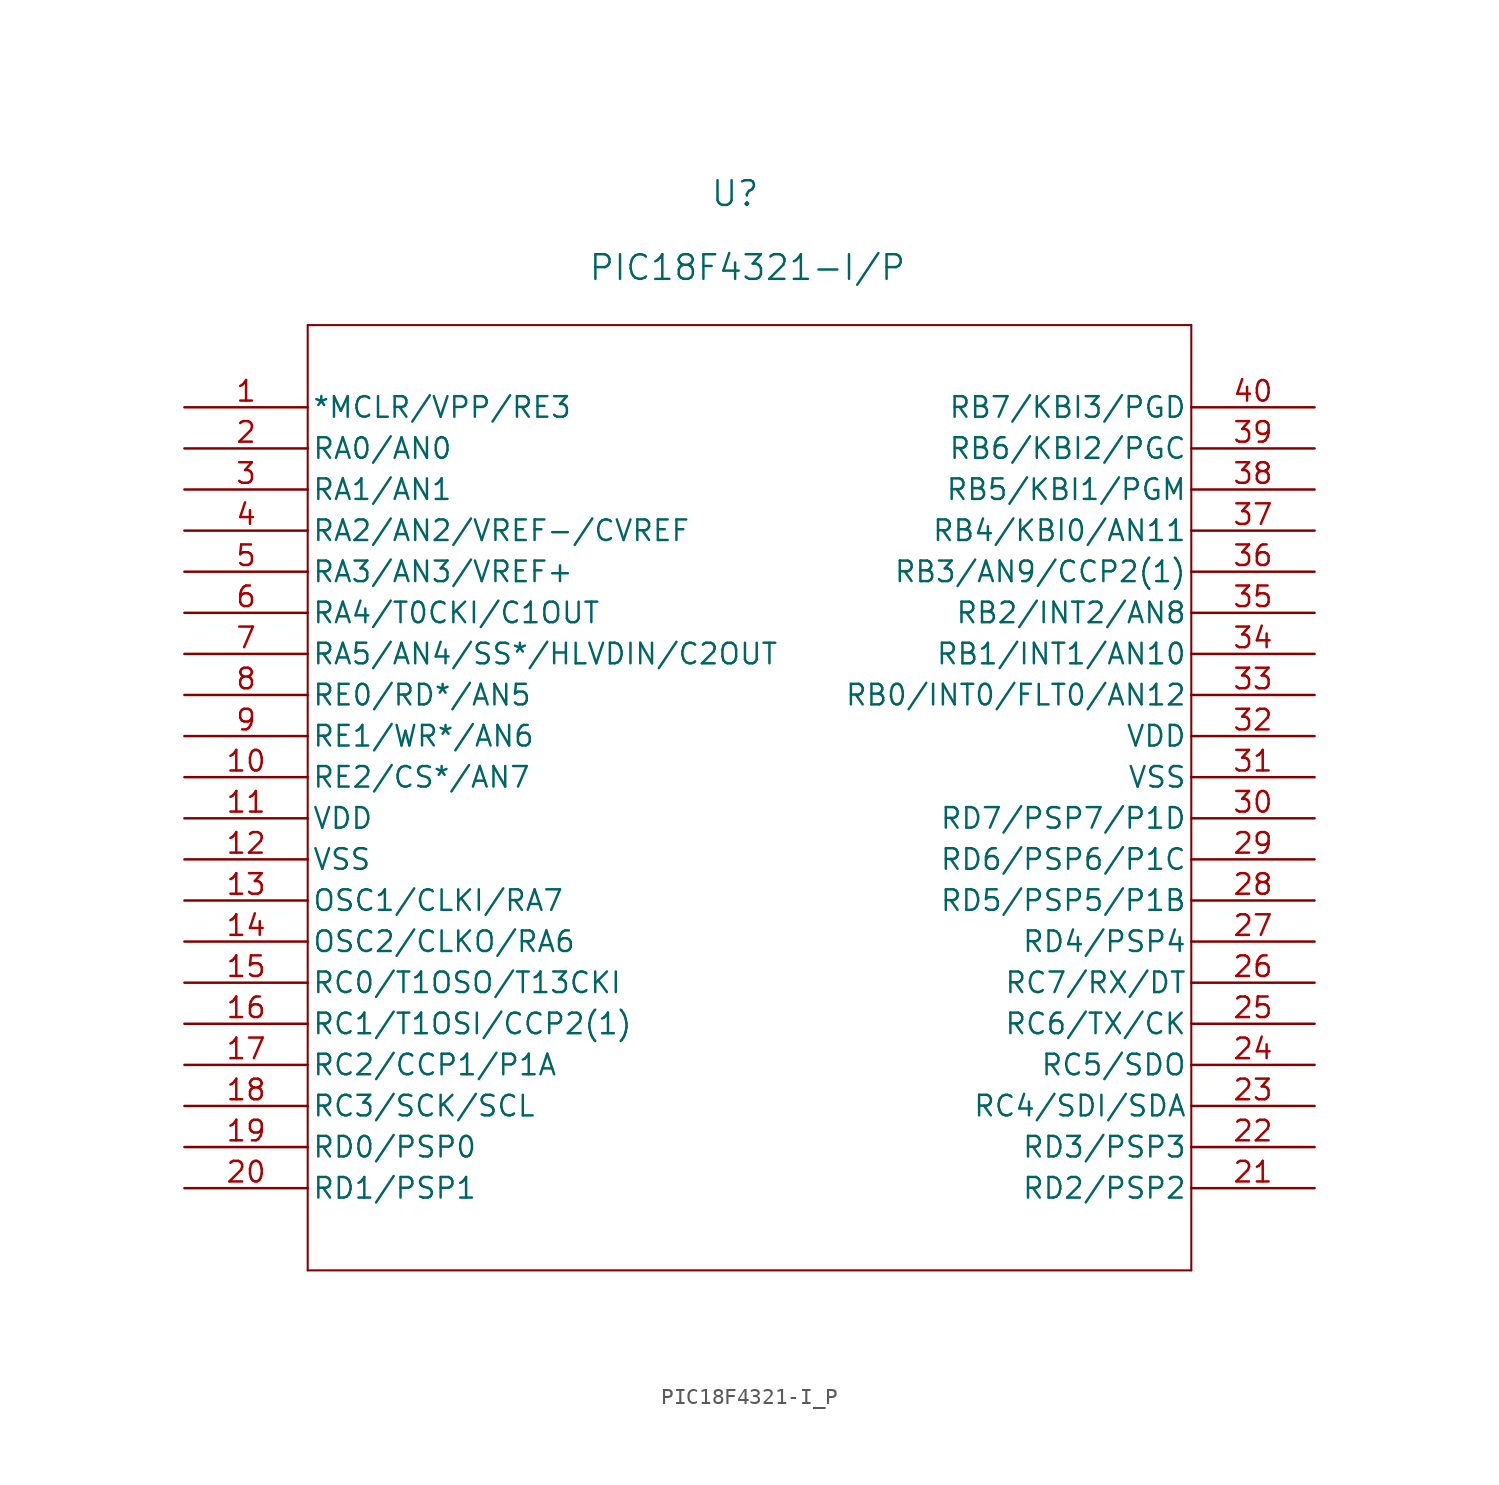
<source format=kicad_sym>
(kicad_symbol_lib
  (version 20231120)
  (generator "kicad_symbol_editor")
  (generator_version "8.0")
  (symbol "PIC18F4321-I_P"
    (pin_names
      (offset 0.254))
    (property "Reference" "U"
      (at 34.036 13.208 0)
      (effects (font (size 1.524 1.524))))
    (property "Value" "PIC18F4321-I/P"
      (at 34.798 8.636 0)
      (effects (font (size 1.524 1.524))))
    (property "ki_locked" ""
      (at 0 0 0)
      (effects (font (size 1.27 1.27))))
    (symbol "PIC18F4321-I_P_0_1"
      (polyline (pts (xy 7.62 -53.34) (xy 62.23 -53.34)) (stroke (width 0.127) (type default)) (fill (type none)))
      (polyline (pts (xy 7.62 5.08) (xy 7.62 -53.34)) (stroke (width 0.127) (type default)) (fill (type none)))
      (polyline (pts (xy 62.23 -53.34) (xy 62.23 5.08)) (stroke (width 0.127) (type default)) (fill (type none)))
      (polyline (pts (xy 62.23 5.08) (xy 7.62 5.08)) (stroke (width 0.127) (type default)) (fill (type none)))
      (pin unspecified line (at 0 0 0) (length 7.62) (name "*MCLR/VPP/RE3" (effects (font (size 1.27 1.27)))) (number "1" (effects (font (size 1.27 1.27)))))
      (pin unspecified line (at 0 -22.86 0) (length 7.62) (name "RE2/CS*/AN7" (effects (font (size 1.27 1.27)))) (number "10" (effects (font (size 1.27 1.27)))))
      (pin unspecified line (at 0 -25.4 0) (length 7.62) (name "VDD" (effects (font (size 1.27 1.27)))) (number "11" (effects (font (size 1.27 1.27)))))
      (pin unspecified line (at 0 -27.94 0) (length 7.62) (name "VSS" (effects (font (size 1.27 1.27)))) (number "12" (effects (font (size 1.27 1.27)))))
      (pin unspecified line (at 0 -30.48 0) (length 7.62) (name "OSC1/CLKI/RA7" (effects (font (size 1.27 1.27)))) (number "13" (effects (font (size 1.27 1.27)))))
      (pin unspecified line (at 0 -33.02 0) (length 7.62) (name "OSC2/CLKO/RA6" (effects (font (size 1.27 1.27)))) (number "14" (effects (font (size 1.27 1.27)))))
      (pin unspecified line (at 0 -35.56 0) (length 7.62) (name "RC0/T1OSO/T13CKI" (effects (font (size 1.27 1.27)))) (number "15" (effects (font (size 1.27 1.27)))))
      (pin unspecified line (at 0 -38.1 0) (length 7.62) (name "RC1/T1OSI/CCP2(1)" (effects (font (size 1.27 1.27)))) (number "16" (effects (font (size 1.27 1.27)))))
      (pin unspecified line (at 0 -40.64 0) (length 7.62) (name "RC2/CCP1/P1A" (effects (font (size 1.27 1.27)))) (number "17" (effects (font (size 1.27 1.27)))))
      (pin unspecified line (at 0 -43.18 0) (length 7.62) (name "RC3/SCK/SCL" (effects (font (size 1.27 1.27)))) (number "18" (effects (font (size 1.27 1.27)))))
      (pin unspecified line (at 0 -45.72 0) (length 7.62) (name "RD0/PSP0" (effects (font (size 1.27 1.27)))) (number "19" (effects (font (size 1.27 1.27)))))
      (pin unspecified line (at 0 -2.54 0) (length 7.62) (name "RA0/AN0" (effects (font (size 1.27 1.27)))) (number "2" (effects (font (size 1.27 1.27)))))
      (pin unspecified line (at 0 -48.26 0) (length 7.62) (name "RD1/PSP1" (effects (font (size 1.27 1.27)))) (number "20" (effects (font (size 1.27 1.27)))))
      (pin unspecified line (at 69.85 -48.26 180) (length 7.62) (name "RD2/PSP2" (effects (font (size 1.27 1.27)))) (number "21" (effects (font (size 1.27 1.27)))))
      (pin unspecified line (at 69.85 -45.72 180) (length 7.62) (name "RD3/PSP3" (effects (font (size 1.27 1.27)))) (number "22" (effects (font (size 1.27 1.27)))))
      (pin unspecified line (at 69.85 -43.18 180) (length 7.62) (name "RC4/SDI/SDA" (effects (font (size 1.27 1.27)))) (number "23" (effects (font (size 1.27 1.27)))))
      (pin unspecified line (at 69.85 -40.64 180) (length 7.62) (name "RC5/SDO" (effects (font (size 1.27 1.27)))) (number "24" (effects (font (size 1.27 1.27)))))
      (pin unspecified line (at 69.85 -38.1 180) (length 7.62) (name "RC6/TX/CK" (effects (font (size 1.27 1.27)))) (number "25" (effects (font (size 1.27 1.27)))))
      (pin unspecified line (at 69.85 -35.56 180) (length 7.62) (name "RC7/RX/DT" (effects (font (size 1.27 1.27)))) (number "26" (effects (font (size 1.27 1.27)))))
      (pin unspecified line (at 69.85 -33.02 180) (length 7.62) (name "RD4/PSP4" (effects (font (size 1.27 1.27)))) (number "27" (effects (font (size 1.27 1.27)))))
      (pin unspecified line (at 69.85 -30.48 180) (length 7.62) (name "RD5/PSP5/P1B" (effects (font (size 1.27 1.27)))) (number "28" (effects (font (size 1.27 1.27)))))
      (pin unspecified line (at 69.85 -27.94 180) (length 7.62) (name "RD6/PSP6/P1C" (effects (font (size 1.27 1.27)))) (number "29" (effects (font (size 1.27 1.27)))))
      (pin unspecified line (at 0 -5.08 0) (length 7.62) (name "RA1/AN1" (effects (font (size 1.27 1.27)))) (number "3" (effects (font (size 1.27 1.27)))))
      (pin unspecified line (at 69.85 -25.4 180) (length 7.62) (name "RD7/PSP7/P1D" (effects (font (size 1.27 1.27)))) (number "30" (effects (font (size 1.27 1.27)))))
      (pin unspecified line (at 69.85 -22.86 180) (length 7.62) (name "VSS" (effects (font (size 1.27 1.27)))) (number "31" (effects (font (size 1.27 1.27)))))
      (pin unspecified line (at 69.85 -20.32 180) (length 7.62) (name "VDD" (effects (font (size 1.27 1.27)))) (number "32" (effects (font (size 1.27 1.27)))))
      (pin unspecified line (at 69.85 -17.78 180) (length 7.62) (name "RB0/INT0/FLT0/AN12" (effects (font (size 1.27 1.27)))) (number "33" (effects (font (size 1.27 1.27)))))
      (pin unspecified line (at 69.85 -15.24 180) (length 7.62) (name "RB1/INT1/AN10" (effects (font (size 1.27 1.27)))) (number "34" (effects (font (size 1.27 1.27)))))
      (pin unspecified line (at 69.85 -12.7 180) (length 7.62) (name "RB2/INT2/AN8" (effects (font (size 1.27 1.27)))) (number "35" (effects (font (size 1.27 1.27)))))
      (pin unspecified line (at 69.85 -10.16 180) (length 7.62) (name "RB3/AN9/CCP2(1)" (effects (font (size 1.27 1.27)))) (number "36" (effects (font (size 1.27 1.27)))))
      (pin unspecified line (at 69.85 -7.62 180) (length 7.62) (name "RB4/KBI0/AN11" (effects (font (size 1.27 1.27)))) (number "37" (effects (font (size 1.27 1.27)))))
      (pin unspecified line (at 69.85 -5.08 180) (length 7.62) (name "RB5/KBI1/PGM" (effects (font (size 1.27 1.27)))) (number "38" (effects (font (size 1.27 1.27)))))
      (pin unspecified line (at 69.85 -2.54 180) (length 7.62) (name "RB6/KBI2/PGC" (effects (font (size 1.27 1.27)))) (number "39" (effects (font (size 1.27 1.27)))))
      (pin unspecified line (at 0 -7.62 0) (length 7.62) (name "RA2/AN2/VREF-/CVREF" (effects (font (size 1.27 1.27)))) (number "4" (effects (font (size 1.27 1.27)))))
      (pin unspecified line (at 69.85 0 180) (length 7.62) (name "RB7/KBI3/PGD" (effects (font (size 1.27 1.27)))) (number "40" (effects (font (size 1.27 1.27)))))
      (pin unspecified line (at 0 -10.16 0) (length 7.62) (name "RA3/AN3/VREF+" (effects (font (size 1.27 1.27)))) (number "5" (effects (font (size 1.27 1.27)))))
      (pin unspecified line (at 0 -12.7 0) (length 7.62) (name "RA4/T0CKI/C1OUT" (effects (font (size 1.27 1.27)))) (number "6" (effects (font (size 1.27 1.27)))))
      (pin unspecified line (at 0 -15.24 0) (length 7.62) (name "RA5/AN4/SS*/HLVDIN/C2OUT" (effects (font (size 1.27 1.27)))) (number "7" (effects (font (size 1.27 1.27)))))
      (pin unspecified line (at 0 -17.78 0) (length 7.62) (name "RE0/RD*/AN5" (effects (font (size 1.27 1.27)))) (number "8" (effects (font (size 1.27 1.27)))))
      (pin unspecified line (at 0 -20.32 0) (length 7.62) (name "RE1/WR*/AN6" (effects (font (size 1.27 1.27)))) (number "9" (effects (font (size 1.27 1.27))))))))
</source>
